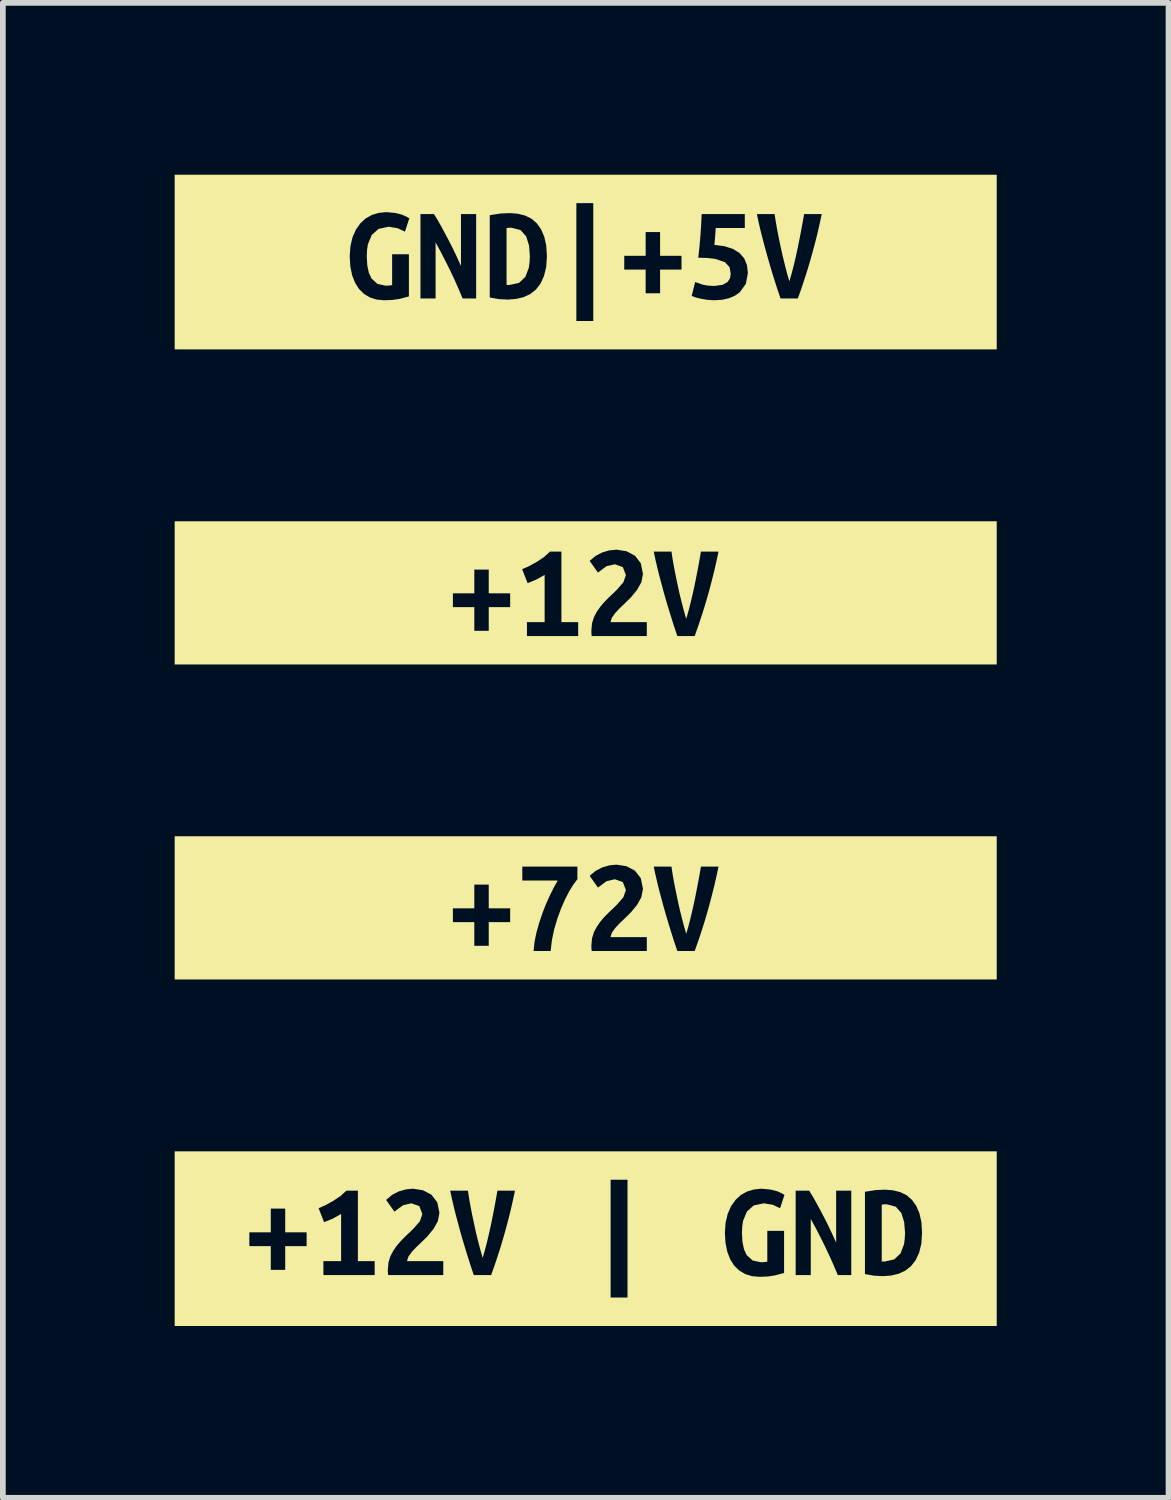
<source format=kicad_pcb>
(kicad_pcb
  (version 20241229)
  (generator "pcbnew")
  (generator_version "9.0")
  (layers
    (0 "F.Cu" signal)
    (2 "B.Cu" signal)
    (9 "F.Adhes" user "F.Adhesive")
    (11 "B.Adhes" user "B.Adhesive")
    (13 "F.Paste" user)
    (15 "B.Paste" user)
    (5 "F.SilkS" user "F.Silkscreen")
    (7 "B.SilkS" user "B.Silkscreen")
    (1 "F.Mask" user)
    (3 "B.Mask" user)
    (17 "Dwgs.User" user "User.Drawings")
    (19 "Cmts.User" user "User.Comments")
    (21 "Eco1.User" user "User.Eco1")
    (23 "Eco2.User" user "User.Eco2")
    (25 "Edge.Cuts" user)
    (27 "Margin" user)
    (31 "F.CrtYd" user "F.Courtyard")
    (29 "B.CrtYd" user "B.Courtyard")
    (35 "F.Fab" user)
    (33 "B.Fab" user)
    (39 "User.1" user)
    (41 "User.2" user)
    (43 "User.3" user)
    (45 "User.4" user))
  (footprint "label_72V"
    (layer "F.Cu")
    (at 7.177 12.802)
    (property "Reference" "label_72V" (at 0 -1.25 0) (layer "F.SilkS") (effects (font (size 0.001 0.001) (thickness 0.000003))))
    (attr exclude_from_pos_files exclude_from_bom)
    (fp_poly (pts (xy -7.177 -1.25) (xy -2.319 0.008) (xy -1.945 0.008) (xy -1.945 -0.406) (xy -1.693 -0.406) (xy -1.693 0.008) (xy -1.319 0.008) (xy -1.319 0.249) (xy -1.693 0.249) (xy -0.91 0.754) (xy -0.894 0.597) (xy -0.86 0.431) (xy -0.812 0.262) (xy -0.756 0.094) (xy -0.693 -0.068) (xy -0.624 -0.221) (xy -0.554 -0.36) (xy -0.488 -0.477) (xy -1.107 -0.477) (xy -1.107 -0.72) (xy -0.145 -0.72) (xy -0.145 -0.499) (xy -0.213 -0.41) (xy -0.286 -0.292) (xy -0.36 -0.149) (xy 0.658 -0.185) (xy 0.702 -0.311) (xy 0.648 -0.45) (xy 0.51 -0.499) (xy 0.364 -0.466) (xy 0.214 -0.354) (xy 0.069 -0.558) (xy 0.172 -0.645) (xy 0.289 -0.706) (xy 0.414 -0.742) (xy 0.538 -0.754) (xy 0.712 -0.727) (xy 0.86 -0.649) (xy 0.962 -0.517) (xy 1 -0.332) (xy 0.972 -0.186) (xy 0.895 -0.049) (xy 0.788 0.08) (xy 0.667 0.199) (xy 0.595 0.267) (xy 0.519 0.348) (xy 0.458 0.432) (xy 0.433 0.511) (xy 1.067 0.511) (xy 1.067 0.754) (xy 0.105 0.754) (xy 0.099 0.694) (xy 0.1 0.644) (xy 0.111 0.53) (xy 0.144 0.425) (xy 0.194 0.329) (xy 0.256 0.241) (xy 0.326 0.159) (xy 0.401 0.083) (xy 0.476 0.012) (xy 0.546 -0.056) (xy 0.658 -0.185) (xy -0.36 -0.149) (xy -0.43 0.011) (xy -0.494 0.185) (xy -0.549 0.371) (xy -0.59 0.563) (xy -0.612 0.754) (xy -0.91 0.754) (xy -1.693 0.249) (xy -1.693 0.663) (xy -1.945 0.663) (xy -1.945 0.249) (xy -2.319 0.249) (xy -2.319 0.008) (xy -7.177 -1.25) (xy -7.177 -1.25) (xy -7.177 1.25) (xy 1.6 0.754) (xy 1.541 0.579) (xy 1.479 0.382) (xy 1.437 0.244) (xy 1.396 0.106) (xy 1.357 -0.031) (xy 1.321 -0.166) (xy 1.286 -0.296) (xy 1.255 -0.42) (xy 1.216 -0.587) (xy 1.188 -0.72) (xy 1.498 -0.72) (xy 1.516 -0.597) (xy 1.541 -0.455) (xy 1.571 -0.301) (xy 1.604 -0.143) (xy 1.639 0.017) (xy 1.678 0.174) (xy 1.717 0.322) (xy 1.755 0.454) (xy 1.793 0.324) (xy 1.831 0.176) (xy 1.868 0.019) (xy 1.903 -0.14) (xy 1.935 -0.299) (xy 1.965 -0.454) (xy 1.991 -0.597) (xy 2.012 -0.72) (xy 2.319 -0.72) (xy 2.287 -0.569) (xy 2.249 -0.401) (xy 2.204 -0.221) (xy 2.154 -0.031) (xy 2.117 0.099) (xy 2.078 0.231) (xy 2.036 0.364) (xy 1.993 0.497) (xy 1.948 0.627) (xy 1.903 0.754) (xy 1.6 0.754) (xy -7.177 1.25) (xy -7.177 1.25) (xy 7.177 1.25) (xy 7.177 1.25) (xy 7.177 -1.25) (xy 7.177 -1.25) (xy -7.177 -1.25)) (stroke (width 0) (type solid)) (fill yes) (layer "F.SilkS")))
  (footprint "label_12V"
    (layer "F.Cu")
    (at 7.177 7.302)
    (property "Reference" "label_12V" (at 0 -1.25 0) (layer "F.SilkS") (effects (font (size 0.001 0.001) (thickness 0.000003))))
    (attr exclude_from_pos_files exclude_from_bom)
    (fp_poly (pts (xy -7.177 -1.25) (xy -2.319 0.008) (xy -1.945 0.008) (xy -1.945 -0.406) (xy -1.693 -0.406) (xy -1.693 0.008) (xy -1.319 0.008) (xy -1.319 0.249) (xy -0.717 0.511) (xy -0.717 -0.313) (xy -0.869 -0.229) (xy -1.014 -0.17) (xy -1.11 -0.413) (xy -0.986 -0.468) (xy -0.852 -0.542) (xy -0.726 -0.627) (xy -0.624 -0.72) (xy -0.424 -0.72) (xy 0.069 -0.558) (xy 0.172 -0.645) (xy 0.289 -0.706) (xy 0.414 -0.742) (xy 0.538 -0.754) (xy 0.712 -0.727) (xy 0.86 -0.649) (xy 0.962 -0.517) (xy 1 -0.332) (xy 0.972 -0.186) (xy 0.895 -0.049) (xy 0.788 0.08) (xy 0.667 0.199) (xy 0.595 0.267) (xy 0.519 0.348) (xy 0.458 0.432) (xy 0.433 0.511) (xy 1.067 0.511) (xy 1.067 0.754) (xy 0.105 0.754) (xy 0.099 0.694) (xy 0.1 0.644) (xy 0.111 0.53) (xy 0.144 0.425) (xy 0.194 0.329) (xy 0.256 0.241) (xy 0.326 0.159) (xy 0.401 0.083) (xy 0.476 0.012) (xy 0.546 -0.056) (xy 0.658 -0.185) (xy 0.702 -0.311) (xy 0.648 -0.45) (xy 0.51 -0.499) (xy 0.364 -0.466) (xy 0.214 -0.354) (xy 0.069 -0.558) (xy -0.424 -0.72) (xy -0.424 0.511) (xy -0.131 0.511) (xy -0.131 0.754) (xy -1.026 0.754) (xy -1.026 0.511) (xy -0.717 0.511) (xy -1.319 0.249) (xy -1.693 0.249) (xy -1.693 0.663) (xy -1.945 0.663) (xy -1.945 0.249) (xy -2.319 0.249) (xy -2.319 0.008) (xy -7.177 -1.25) (xy -7.177 -1.25) (xy -7.177 1.25) (xy 1.6 0.754) (xy 1.541 0.579) (xy 1.479 0.382) (xy 1.437 0.244) (xy 1.396 0.106) (xy 1.357 -0.031) (xy 1.321 -0.166) (xy 1.286 -0.296) (xy 1.255 -0.42) (xy 1.216 -0.587) (xy 1.188 -0.72) (xy 1.498 -0.72) (xy 1.516 -0.597) (xy 1.541 -0.455) (xy 1.571 -0.301) (xy 1.604 -0.143) (xy 1.639 0.017) (xy 1.678 0.174) (xy 1.717 0.322) (xy 1.755 0.454) (xy 1.793 0.324) (xy 1.831 0.176) (xy 1.868 0.019) (xy 1.903 -0.14) (xy 1.935 -0.299) (xy 1.965 -0.454) (xy 1.991 -0.597) (xy 2.012 -0.72) (xy 2.319 -0.72) (xy 2.287 -0.569) (xy 2.249 -0.401) (xy 2.204 -0.221) (xy 2.154 -0.031) (xy 2.117 0.099) (xy 2.078 0.231) (xy 2.036 0.364) (xy 1.993 0.497) (xy 1.948 0.627) (xy 1.903 0.754) (xy 1.6 0.754) (xy -7.177 1.25) (xy -7.177 1.25) (xy 7.177 1.25) (xy 7.177 1.25) (xy 7.177 -1.25) (xy 7.177 -1.25) (xy -7.177 -1.25)) (stroke (width 0) (type solid)) (fill yes) (layer "F.SilkS")))
  (footprint "label_buck_input"
    (layer "F.Cu")
    (at 7.177 18.578)
    (property "Reference" "label_buck_input" (at 0 -1.525 0) (layer "F.SilkS") (effects (font (size 0.001 0.001) (thickness 0.000003))))
    (attr exclude_from_pos_files exclude_from_bom)
    (fp_poly (pts (xy 5.169 0.398) (xy 5.195 0.4) (xy 5.221 0.4) (xy 5.389 0.362) (xy 5.498 0.257) (xy 5.558 0.099) (xy 5.571 0.003) (xy 5.576 -0.102) (xy 5.561 -0.288) (xy 5.511 -0.448) (xy 5.414 -0.558) (xy 5.254 -0.6) (xy 5.211 -0.599) (xy 5.169 -0.593) (xy 5.169 0.398)) (stroke (width 0) (type solid)) (fill yes) (layer "F.SilkS"))
    (fp_poly (pts (xy -7.177 -1.525) (xy -5.873 -0.11) (xy -5.499 -0.11) (xy -5.499 -0.524) (xy -5.247 -0.524) (xy -5.247 -0.11) (xy -4.873 -0.11) (xy -4.873 0.131) (xy -5.247 0.131) (xy -5.247 0.545) (xy -5.499 0.545) (xy -5.499 0.131) (xy -5.873 0.131) (xy -5.873 -0.11) (xy -7.177 -1.525) (xy -7.177 -1.525) (xy -7.177 1.525) (xy -4.58 0.636) (xy -4.58 0.393) (xy -4.271 0.393) (xy -4.271 -0.431) (xy -4.423 -0.346) (xy -4.568 -0.288) (xy -4.664 -0.531) (xy -4.54 -0.586) (xy -4.407 -0.66) (xy -4.28 -0.745) (xy -4.178 -0.838) (xy -3.978 -0.838) (xy -3.485 -0.676) (xy -3.382 -0.763) (xy -3.265 -0.824) (xy -3.14 -0.86) (xy -3.016 -0.872) (xy -2.842 -0.845) (xy -2.694 -0.767) (xy -2.592 -0.635) (xy -2.554 -0.45) (xy -2.582 -0.304) (xy -2.659 -0.167) (xy -2.766 -0.038) (xy -2.887 0.081) (xy -2.959 0.149) (xy -3.035 0.23) (xy -3.096 0.314) (xy -3.121 0.393) (xy -2.487 0.393) (xy -2.487 0.636) (xy -3.449 0.636) (xy -3.455 0.576) (xy -3.454 0.526) (xy -3.443 0.412) (xy -3.41 0.307) (xy -3.36 0.211) (xy -3.298 0.123) (xy -3.228 0.041) (xy -3.153 -0.035) (xy -3.078 -0.106) (xy -3.008 -0.174) (xy -2.896 -0.302) (xy -2.852 -0.429) (xy -2.906 -0.568) (xy -3.044 -0.617) (xy -3.19 -0.583) (xy -3.34 -0.471) (xy -3.485 -0.676) (xy -3.978 -0.838) (xy -3.978 0.393) (xy -3.685 0.393) (xy -3.685 0.636) (xy -4.58 0.636) (xy -7.177 1.525) (xy -7.177 1.525) (xy -1.954 0.636) (xy -2.013 0.461) (xy -2.075 0.264) (xy -2.117 0.126) (xy -2.158 -0.011) (xy -2.197 -0.149) (xy -2.233 -0.284) (xy -2.268 -0.413) (xy -2.299 -0.538) (xy -2.338 -0.705) (xy -2.366 -0.838) (xy -2.056 -0.838) (xy -2.038 -0.715) (xy -2.013 -0.573) (xy -1.983 -0.419) (xy -1.95 -0.261) (xy -1.915 -0.101) (xy -1.876 0.056) (xy -1.837 0.204) (xy -1.799 0.336) (xy -1.761 0.206) (xy -1.723 0.058) (xy -1.686 -0.099) (xy -1.651 -0.258) (xy -1.619 -0.417) (xy -1.589 -0.572) (xy -1.563 -0.714) (xy -1.542 -0.838) (xy -1.235 -0.838) (xy -1.267 -0.687) (xy -1.305 -0.519) (xy -1.35 -0.338) (xy -1.4 -0.149) (xy -1.437 -0.019) (xy -1.476 0.113) (xy -1.518 0.246) (xy -1.561 0.379) (xy -1.606 0.509) (xy -1.651 0.636) (xy -1.954 0.636) (xy -7.177 1.525) (xy 7.177 1.525) (xy 0.73 1.029) (xy 0.435 1.029) (xy 0.435 -1.029) (xy 0.73 -1.029) (xy 2.616 -0.676) (xy 2.709 -0.762) (xy 2.818 -0.823) (xy 2.939 -0.859) (xy 3.068 -0.872) (xy 3.222 -0.858) (xy 3.34 -0.829) (xy 3.422 -0.793) (xy 3.471 -0.764) (xy 3.394 -0.531) (xy 3.266 -0.591) (xy 3.109 -0.617) (xy 2.933 -0.579) (xy 2.815 -0.473) (xy 2.748 -0.311) (xy 2.733 -0.212) (xy 2.728 -0.102) (xy 2.737 0.058) (xy 2.765 0.188) (xy 2.811 0.287) (xy 2.914 0.381) (xy 3.056 0.412) (xy 3.113 0.41) (xy 3.171 0.402) (xy 3.171 -0.136) (xy 3.464 -0.136) (xy 3.464 0.6) (xy 3.3 0.643) (xy 3.178 0.661) (xy 3.033 0.667) (xy 2.901 0.655) (xy 2.784 0.618) (xy 2.681 0.557) (xy 2.594 0.473) (xy 2.525 0.364) (xy 2.473 0.232) (xy 2.441 0.076) (xy 2.43 -0.102) (xy 2.443 -0.279) (xy 2.48 -0.435) (xy 2.539 -0.567) (xy 2.616 -0.676) (xy 0.73 -1.029) (xy 0.73 1.029) (xy 7.177 1.525) (xy 7.177 1.525) (xy 4.402 0.636) (xy 4.333 0.472) (xy 4.26 0.309) (xy 4.184 0.146) (xy 4.103 -0.016) (xy 4.019 -0.18) (xy 3.93 -0.343) (xy 3.93 0.636) (xy 3.666 0.636) (xy 3.666 -0.838) (xy 3.902 -0.838) (xy 3.968 -0.729) (xy 4.035 -0.611) (xy 4.101 -0.488) (xy 4.165 -0.367) (xy 4.226 -0.247) (xy 4.281 -0.131) (xy 4.331 -0.024) (xy 4.373 0.069) (xy 4.373 -0.838) (xy 4.637 -0.838) (xy 4.637 0.636) (xy 4.402 0.636) (xy 7.177 1.525) (xy 7.177 -1.525) (xy 5.873 -0.102) (xy 5.861 0.087) (xy 5.822 0.246) (xy 5.761 0.377) (xy 5.68 0.481) (xy 5.581 0.559) (xy 5.465 0.613) (xy 5.334 0.644) (xy 5.19 0.655) (xy 5.036 0.647) (xy 4.876 0.619) (xy 4.876 -0.819) (xy 5.064 -0.848) (xy 5.228 -0.855) (xy 5.367 -0.844) (xy 5.494 -0.812) (xy 5.605 -0.757) (xy 5.697 -0.677) (xy 5.771 -0.573) (xy 5.827 -0.444) (xy 5.862 -0.288) (xy 5.873 -0.102) (xy 7.177 -1.525) (xy 7.177 -1.525) (xy -7.177 -1.525)) (stroke (width 0) (type solid)) (fill yes) (layer "F.SilkS")))
  (footprint "label_5V_USB"
    (layer "F.Cu")
    (at 7.177 1.526)
    (property "Reference" "label_5V_USB" (at 0 -1.525 0) (layer "F.SilkS") (effects (font (size 0.001 0.001) (thickness 0.000003))))
    (attr exclude_from_pos_files exclude_from_bom)
    (fp_poly (pts (xy -1.382 0.398) (xy -1.356 0.4) (xy -1.33 0.4) (xy -1.162 0.362) (xy -1.053 0.257) (xy -0.993 0.099) (xy -0.98 0.003) (xy -0.975 -0.102) (xy -0.989 -0.288) (xy -1.039 -0.448) (xy -1.137 -0.558) (xy -1.297 -0.6) (xy -1.339 -0.599) (xy -1.382 -0.593) (xy -1.382 0.398)) (stroke (width 0) (type solid)) (fill yes) (layer "F.SilkS"))
    (fp_poly (pts (xy -7.177 -1.525) (xy -3.935 -0.676) (xy -3.842 -0.762) (xy -3.733 -0.823) (xy -3.612 -0.859) (xy -3.483 -0.872) (xy -3.329 -0.858) (xy -3.211 -0.829) (xy -3.129 -0.793) (xy -3.08 -0.764) (xy -3.156 -0.531) (xy -3.285 -0.591) (xy -3.442 -0.617) (xy -3.618 -0.579) (xy -3.736 -0.473) (xy -3.803 -0.311) (xy -3.818 -0.212) (xy -3.823 -0.102) (xy -3.814 0.058) (xy -3.786 0.188) (xy -3.74 0.287) (xy -3.637 0.381) (xy -3.494 0.412) (xy -3.437 0.41) (xy -3.38 0.402) (xy -3.38 -0.136) (xy -3.087 -0.136) (xy -2.885 0.636) (xy -2.885 -0.838) (xy -2.649 -0.838) (xy -2.582 -0.729) (xy -2.516 -0.611) (xy -2.45 -0.488) (xy -2.386 -0.367) (xy -2.325 -0.247) (xy -2.269 -0.131) (xy -2.22 -0.024) (xy -2.178 0.069) (xy -2.178 -0.838) (xy -1.913 -0.838) (xy -1.675 0.619) (xy -1.675 -0.819) (xy -1.487 -0.848) (xy -1.323 -0.855) (xy -1.184 -0.844) (xy -1.057 -0.812) (xy -0.946 -0.757) (xy -0.854 -0.677) (xy -0.78 -0.573) (xy -0.724 -0.444) (xy -0.689 -0.288) (xy -0.677 -0.102) (xy -0.69 0.087) (xy -0.729 0.246) (xy -0.79 0.377) (xy -0.87 0.481) (xy -0.969 0.559) (xy -1.086 0.613) (xy -1.217 0.644) (xy -1.361 0.655) (xy -1.514 0.647) (xy -1.675 0.619) (xy -1.913 -0.838) (xy -1.913 0.636) (xy -2.149 0.636) (xy -2.218 0.472) (xy -2.29 0.309) (xy -2.367 0.146) (xy -2.448 -0.016) (xy -2.532 -0.18) (xy -2.621 -0.343) (xy -2.621 0.636) (xy -2.885 0.636) (xy -3.087 -0.136) (xy -3.087 0.6) (xy -3.25 0.643) (xy -3.373 0.661) (xy -3.518 0.667) (xy -3.65 0.655) (xy -3.767 0.618) (xy -3.87 0.557) (xy -3.956 0.473) (xy -4.026 0.364) (xy -4.078 0.232) (xy -4.11 0.076) (xy -4.121 -0.102) (xy -4.108 -0.279) (xy -4.071 -0.435) (xy -4.012 -0.567) (xy -3.935 -0.676) (xy -7.177 -1.525) (xy -7.177 -1.525) (xy -7.177 1.525) (xy -7.177 1.525) (xy 7.177 1.525) (xy 0.132 1.029) (xy -0.163 1.029) (xy -0.163 -1.029) (xy 0.132 -1.029) (xy 0.673 -0.11) (xy 1.047 -0.11) (xy 1.047 -0.524) (xy 1.299 -0.524) (xy 1.299 -0.11) (xy 1.673 -0.11) (xy 2.532 0.202) (xy 2.512 0.089) (xy 2.431 0.001) (xy 2.259 -0.056) (xy 2.129 -0.071) (xy 1.966 -0.076) (xy 1.987 -0.274) (xy 2.004 -0.468) (xy 2.016 -0.656) (xy 2.025 -0.838) (xy 2.778 -0.838) (xy 2.778 -0.595) (xy 2.271 -0.595) (xy 2.259 -0.436) (xy 2.247 -0.3) (xy 2.427 -0.276) (xy 2.574 -0.228) (xy 2.687 -0.157) (xy 2.768 -0.064) (xy 2.816 0.052) (xy 2.832 0.191) (xy 2.797 0.38) (xy 2.687 0.531) (xy 2.604 0.588) (xy 2.504 0.631) (xy 2.385 0.658) (xy 2.249 0.667) (xy 2.132 0.66) (xy 2.018 0.642) (xy 1.919 0.617) (xy 1.851 0.591) (xy 1.911 0.348) (xy 2.044 0.395) (xy 2.135 0.411) (xy 2.247 0.417) (xy 2.388 0.398) (xy 2.477 0.349) (xy 2.521 0.281) (xy 2.532 0.202) (xy 1.673 -0.11) (xy 1.673 0.131) (xy 1.299 0.131) (xy 1.299 0.545) (xy 1.047 0.545) (xy 1.047 0.131) (xy 0.673 0.131) (xy 0.673 -0.11) (xy 0.132 -1.029) (xy 0.132 1.029) (xy 7.177 1.525) (xy 7.177 1.525) (xy 3.402 0.636) (xy 3.343 0.461) (xy 3.28 0.264) (xy 3.238 0.126) (xy 3.198 -0.011) (xy 3.159 -0.149) (xy 3.122 -0.284) (xy 3.088 -0.413) (xy 3.056 -0.538) (xy 3.017 -0.705) (xy 2.99 -0.838) (xy 3.299 -0.838) (xy 3.317 -0.715) (xy 3.342 -0.573) (xy 3.372 -0.419) (xy 3.405 -0.261) (xy 3.441 -0.101) (xy 3.479 0.056) (xy 3.518 0.204) (xy 3.556 0.336) (xy 3.594 0.206) (xy 3.633 0.058) (xy 3.67 -0.099) (xy 3.704 -0.258) (xy 3.736 -0.417) (xy 3.766 -0.572) (xy 3.792 -0.714) (xy 3.814 -0.838) (xy 4.121 -0.838) (xy 4.089 -0.687) (xy 4.051 -0.519) (xy 4.006 -0.338) (xy 3.955 -0.149) (xy 3.918 -0.019) (xy 3.879 0.113) (xy 3.837 0.246) (xy 3.794 0.379) (xy 3.75 0.509) (xy 3.704 0.636) (xy 3.402 0.636) (xy 7.177 1.525) (xy 7.177 -1.525) (xy 7.177 -1.525) (xy -7.177 -1.525)) (stroke (width 0) (type solid)) (fill yes) (layer "F.SilkS")))
  (gr_rect
    (start -3 -3)
    (end 17.354 23.103)
    (stroke (width 0.1) (type default))
    (fill no)
    (layer "Edge.Cuts")))
</source>
